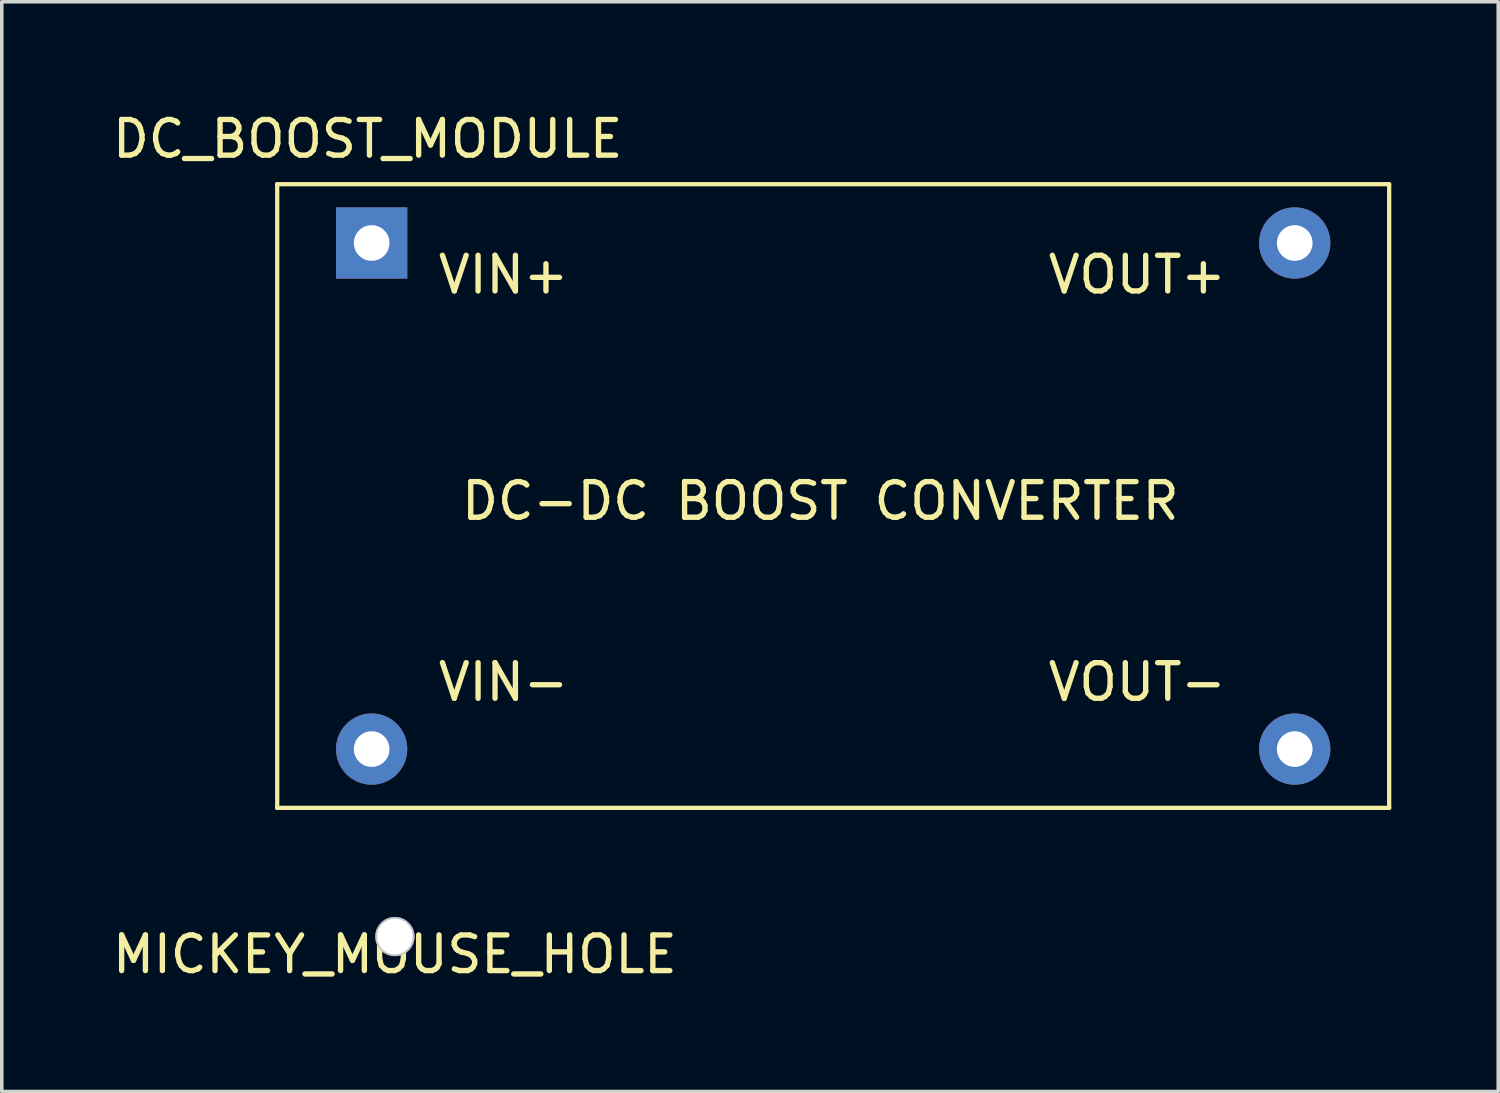
<source format=kicad_pcb>
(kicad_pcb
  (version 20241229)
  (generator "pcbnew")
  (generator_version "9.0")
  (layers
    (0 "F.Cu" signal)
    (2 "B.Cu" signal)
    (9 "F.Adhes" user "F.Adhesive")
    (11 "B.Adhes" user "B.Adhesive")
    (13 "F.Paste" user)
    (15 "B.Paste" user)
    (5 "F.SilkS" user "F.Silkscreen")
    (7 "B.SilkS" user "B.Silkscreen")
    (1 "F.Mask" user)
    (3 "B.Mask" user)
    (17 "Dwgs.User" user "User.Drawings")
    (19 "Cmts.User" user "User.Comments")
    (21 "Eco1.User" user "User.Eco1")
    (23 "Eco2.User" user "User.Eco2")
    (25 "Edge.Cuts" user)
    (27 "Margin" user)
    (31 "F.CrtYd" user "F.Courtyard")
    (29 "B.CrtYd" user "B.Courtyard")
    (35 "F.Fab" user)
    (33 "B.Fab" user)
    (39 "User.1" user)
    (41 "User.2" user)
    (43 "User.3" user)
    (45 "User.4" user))
  (footprint "MICKEY_MOUSE_HOLE"
    (layer "F.Cu")
    (at 8.03 23.228)
    (property "Reference" "MICKEY_MOUSE_HOLE" (at 0 0.5 0) (layer "F.SilkS") (effects (font (size 1 1) (thickness 0.15))))
    (attr through_hole)
    (pad "" thru_hole circle (at 0 0) (size 1.1 1.1) (drill 1) (layers "*.Cu" "Dwgs.User")))
  (footprint "DC_BOOST_MODULE"
    (layer "F.Cu")
    (at 4.728 2.118)
    (property "Reference" "DC_BOOST_MODULE" (at 2.54 -1.27 0) (layer "F.SilkS") (effects (font (size 1 1) (thickness 0.15))))
    (attr through_hole)
    (fp_line (start 0 0) (end 0 17.5) (stroke (width 0.12) (type solid)) (layer "F.SilkS"))
    (fp_line (start 0 0) (end 31.2 0) (stroke (width 0.12) (type solid)) (layer "F.SilkS"))
    (fp_line (start 0 17.5) (end 31.2 17.5) (stroke (width 0.12) (type solid)) (layer "F.SilkS"))
    (fp_line (start 31.2 0) (end 31.2 17.5) (stroke (width 0.12) (type solid)) (layer "F.SilkS"))
    (fp_text user "VIN+" (at 6.35 2.54 0) (layer "F.SilkS") (effects (font (size 1 1) (thickness 0.15))))
    (fp_text user "VOUT-" (at 24.13 13.97 0) (layer "F.SilkS") (effects (font (size 1 1) (thickness 0.15))))
    (fp_text user "VIN-" (at 6.35 13.97 0) (layer "F.SilkS") (effects (font (size 1 1) (thickness 0.15))))
    (fp_text user "VOUT+" (at 24.13 2.54 0) (layer "F.SilkS") (effects (font (size 1 1) (thickness 0.15))))
    (fp_text user "DC-DC BOOST CONVERTER" (at 15.24 8.89 0) (layer "F.SilkS") (effects (font (size 1 1) (thickness 0.15))))
    (pad "1" thru_hole rect (at 2.65 1.65) (size 2 2) (drill 1) (layers "*.Cu" "*.Mask"))
    (pad "2" thru_hole circle (at 2.65 15.85) (size 2 2) (drill 1) (layers "*.Cu" "*.Mask"))
    (pad "3" thru_hole circle (at 28.55 1.65) (size 2 2) (drill 1) (layers "*.Cu" "*.Mask"))
    (pad "4" thru_hole circle (at 28.55 15.85) (size 2 2) (drill 1) (layers "*.Cu" "*.Mask")))
  (gr_rect
    (start -3 -3)
    (end 38.988 27.576)
    (stroke (width 0.1) (type default))
    (fill no)
    (layer "Edge.Cuts")))
</source>
